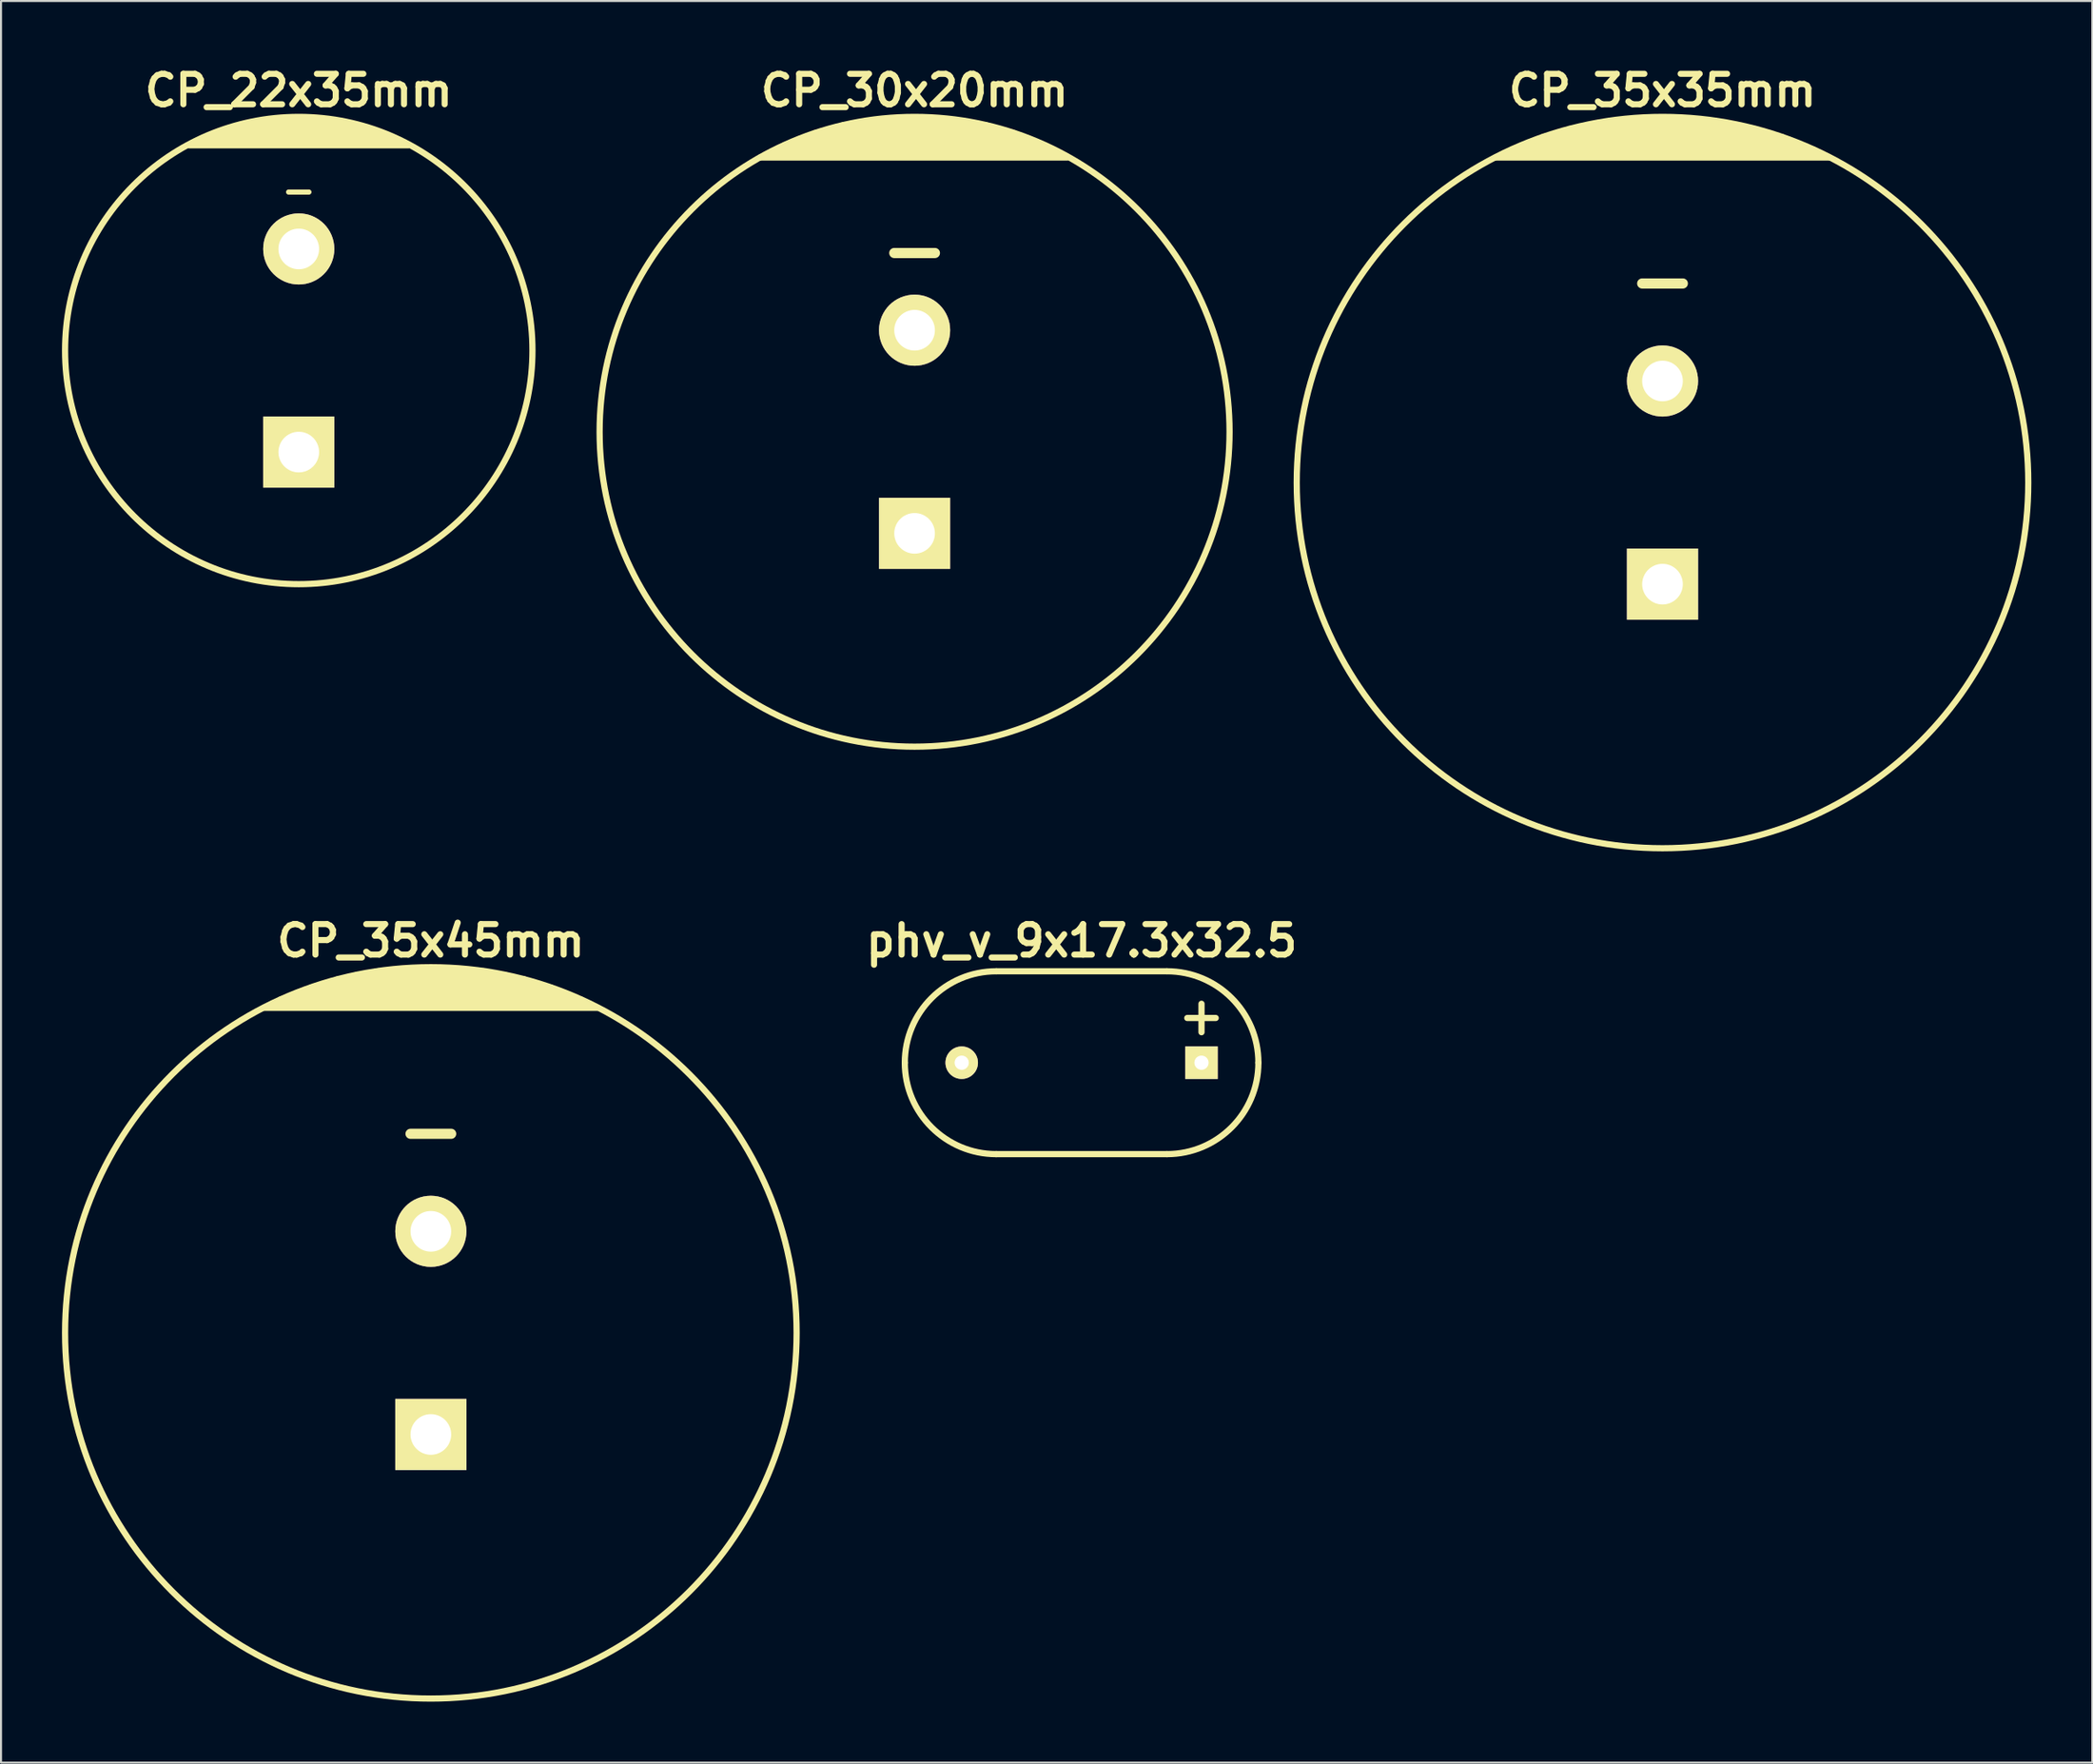
<source format=kicad_pcb>
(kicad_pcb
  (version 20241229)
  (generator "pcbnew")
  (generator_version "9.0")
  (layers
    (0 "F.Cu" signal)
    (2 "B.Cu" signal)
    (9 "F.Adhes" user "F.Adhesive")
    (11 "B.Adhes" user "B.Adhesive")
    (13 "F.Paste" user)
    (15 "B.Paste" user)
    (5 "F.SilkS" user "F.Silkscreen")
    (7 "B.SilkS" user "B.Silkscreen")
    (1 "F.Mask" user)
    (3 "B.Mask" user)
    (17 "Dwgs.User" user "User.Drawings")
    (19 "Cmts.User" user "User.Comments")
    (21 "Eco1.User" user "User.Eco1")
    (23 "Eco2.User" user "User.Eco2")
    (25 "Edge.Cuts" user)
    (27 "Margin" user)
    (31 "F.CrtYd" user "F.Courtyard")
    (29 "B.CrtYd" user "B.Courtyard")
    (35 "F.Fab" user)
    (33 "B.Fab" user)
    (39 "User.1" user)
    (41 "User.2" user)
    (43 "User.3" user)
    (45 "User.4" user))
  (footprint "CP_22x35mm"
    (layer "F.Cu")
    (at 11.652 14.204)
    (property "Reference" "CP_22x35mm" (at 0 -12.8 0) (layer "F.SilkS") (effects (font (size 1.5 1.5) (thickness 0.3))))
    (attr through_hole)
    (fp_line (start -5.4 -10.1) (end 5.4 -10.1) (stroke (width 0.305) (type solid)) (layer "F.SilkS"))
    (fp_line (start -4.5 -10.5) (end 4.5 -10.5) (stroke (width 0.305) (type solid)) (layer "F.SilkS"))
    (fp_line (start -3.5 -10.9) (end 3.5 -10.9) (stroke (width 0.305) (type solid)) (layer "F.SilkS"))
    (fp_line (start -2.9 -11.1) (end 2.9 -11.1) (stroke (width 0.305) (type solid)) (layer "F.SilkS"))
    (fp_line (start -2 -11.3) (end 2 -11.3) (stroke (width 0.305) (type solid)) (layer "F.SilkS"))
    (fp_line (start -0.5 -7.8) (end 0.5 -7.8) (stroke (width 0.254) (type solid)) (layer "F.SilkS"))
    (fp_line (start 4.1 -10.7) (end -4.1 -10.7) (stroke (width 0.305) (type solid)) (layer "F.SilkS"))
    (fp_line (start 5 -10.3) (end -5 -10.3) (stroke (width 0.305) (type solid)) (layer "F.SilkS"))
    (fp_circle (center 0 0) (end -11.5 0) (stroke (width 0.305) (type solid)) (fill no) (layer "F.SilkS"))
    (pad "1" thru_hole rect (at 0 5) (size 3.5 3.5) (drill 2) (layers "*.Cu" "*.Mask" "F.SilkS"))
    (pad "2" thru_hole circle (at 0 -5) (size 3.5 3.5) (drill 2) (layers "*.Cu" "*.Mask" "F.SilkS")))
  (footprint "CP_30x20mm"
    (layer "F.Cu")
    (at 41.957 18.204)
    (property "Reference" "CP_30x20mm" (at 0 -16.8 0) (layer "F.SilkS") (effects (font (size 1.5 1.5) (thickness 0.3))))
    (attr through_hole)
    (fp_line (start -7.6 -13.5) (end 7.5 -13.5) (stroke (width 0.305) (type solid)) (layer "F.SilkS"))
    (fp_line (start -6.8 -13.9) (end 6.8 -13.9) (stroke (width 0.305) (type solid)) (layer "F.SilkS"))
    (fp_line (start -6.4 -14.1) (end 6.4 -14.1) (stroke (width 0.305) (type solid)) (layer "F.SilkS"))
    (fp_line (start -5.4 -14.5) (end 5.4 -14.5) (stroke (width 0.305) (type solid)) (layer "F.SilkS"))
    (fp_line (start -4.9 -14.7) (end 4.9 -14.7) (stroke (width 0.305) (type solid)) (layer "F.SilkS"))
    (fp_line (start -4.2 -14.9) (end 4.2 -14.9) (stroke (width 0.305) (type solid)) (layer "F.SilkS"))
    (fp_line (start -3.5 -15.1) (end 3.5 -15.1) (stroke (width 0.305) (type solid)) (layer "F.SilkS"))
    (fp_line (start -2.4 -15.3) (end 2.4 -15.3) (stroke (width 0.305) (type solid)) (layer "F.SilkS"))
    (fp_line (start -1 -8.8) (end 1 -8.8) (stroke (width 0.5) (type solid)) (layer "F.SilkS"))
    (fp_line (start 5.9 -14.3) (end -5.9 -14.3) (stroke (width 0.305) (type solid)) (layer "F.SilkS"))
    (fp_line (start 7.2 -13.7) (end -7.2 -13.7) (stroke (width 0.305) (type solid)) (layer "F.SilkS"))
    (fp_circle (center 0 0) (end -15.5 0) (stroke (width 0.305) (type solid)) (fill no) (layer "F.SilkS"))
    (pad "1" thru_hole rect (at 0 5) (size 3.5 3.5) (drill 2) (layers "*.Cu" "*.Mask" "F.SilkS"))
    (pad "2" thru_hole circle (at 0 -5) (size 3.5 3.5) (drill 2) (layers "*.Cu" "*.Mask" "F.SilkS")))
  (footprint "CP_35x45mm"
    (layer "F.Cu")
    (at 18.152 62.56)
    (property "Reference" "CP_35x45mm" (at 0 -19.3 0) (layer "F.SilkS") (effects (font (size 1.5 1.5) (thickness 0.3))))
    (attr through_hole)
    (fp_line (start -8.2 -16) (end 8.2 -16) (stroke (width 0.305) (type solid)) (layer "F.SilkS"))
    (fp_line (start -7.8 -16.2) (end 7.8 -16.2) (stroke (width 0.305) (type solid)) (layer "F.SilkS"))
    (fp_line (start -7.4 -16.4) (end 7.4 -16.4) (stroke (width 0.305) (type solid)) (layer "F.SilkS"))
    (fp_line (start -6.9 -16.6) (end 6.9 -16.6) (stroke (width 0.305) (type solid)) (layer "F.SilkS"))
    (fp_line (start -6.4 -16.8) (end 6.4 -16.8) (stroke (width 0.305) (type solid)) (layer "F.SilkS"))
    (fp_line (start -5.9 -17) (end 5.9 -17) (stroke (width 0.305) (type solid)) (layer "F.SilkS"))
    (fp_line (start -5.2 -17.2) (end 5.2 -17.2) (stroke (width 0.305) (type solid)) (layer "F.SilkS"))
    (fp_line (start -4.6 -17.4) (end 4.6 -17.4) (stroke (width 0.305) (type solid)) (layer "F.SilkS"))
    (fp_line (start -3.7 -17.6) (end 3.7 -17.6) (stroke (width 0.305) (type solid)) (layer "F.SilkS"))
    (fp_line (start -2.6 -17.8) (end 2.6 -17.8) (stroke (width 0.305) (type solid)) (layer "F.SilkS"))
    (fp_line (start -1 -9.8) (end 1 -9.8) (stroke (width 0.5) (type solid)) (layer "F.SilkS"))
    (fp_circle (center 0 0) (end -18 0) (stroke (width 0.305) (type solid)) (fill no) (layer "F.SilkS"))
    (pad "1" thru_hole rect (at 0 5) (size 3.5 3.5) (drill 2) (layers "*.Cu" "*.Mask" "F.SilkS"))
    (pad "2" thru_hole circle (at 0 -5) (size 3.5 3.5) (drill 2) (layers "*.Cu" "*.Mask" "F.SilkS")))
  (footprint "CP_35x35mm"
    (layer "F.Cu")
    (at 78.762 20.704)
    (property "Reference" "CP_35x35mm" (at 0 -19.3 0) (layer "F.SilkS") (effects (font (size 1.5 1.5) (thickness 0.3))))
    (attr through_hole)
    (fp_line (start -8.2 -16) (end 8.2 -16) (stroke (width 0.305) (type solid)) (layer "F.SilkS"))
    (fp_line (start -7.8 -16.2) (end 7.8 -16.2) (stroke (width 0.305) (type solid)) (layer "F.SilkS"))
    (fp_line (start -7.4 -16.4) (end 7.4 -16.4) (stroke (width 0.305) (type solid)) (layer "F.SilkS"))
    (fp_line (start -6.9 -16.6) (end 6.9 -16.6) (stroke (width 0.305) (type solid)) (layer "F.SilkS"))
    (fp_line (start -6.4 -16.8) (end 6.4 -16.8) (stroke (width 0.305) (type solid)) (layer "F.SilkS"))
    (fp_line (start -5.9 -17) (end 5.9 -17) (stroke (width 0.305) (type solid)) (layer "F.SilkS"))
    (fp_line (start -5.2 -17.2) (end 5.2 -17.2) (stroke (width 0.305) (type solid)) (layer "F.SilkS"))
    (fp_line (start -4.6 -17.4) (end 4.6 -17.4) (stroke (width 0.305) (type solid)) (layer "F.SilkS"))
    (fp_line (start -3.7 -17.6) (end 3.7 -17.6) (stroke (width 0.305) (type solid)) (layer "F.SilkS"))
    (fp_line (start -2.6 -17.8) (end 2.6 -17.8) (stroke (width 0.305) (type solid)) (layer "F.SilkS"))
    (fp_line (start -1 -9.8) (end 1 -9.8) (stroke (width 0.5) (type solid)) (layer "F.SilkS"))
    (fp_circle (center 0 0) (end -18 0) (stroke (width 0.305) (type solid)) (fill no) (layer "F.SilkS"))
    (pad "1" thru_hole rect (at 0 5) (size 3.5 3.5) (drill 2) (layers "*.Cu" "*.Mask" "F.SilkS"))
    (pad "2" thru_hole circle (at 0 -5) (size 3.5 3.5) (drill 2) (layers "*.Cu" "*.Mask" "F.SilkS")))
  (footprint "phv_v_9x17.3x32.5"
    (layer "F.Cu")
    (at 50.176 49.26)
    (property "Reference" "phv_v_9x17.3x32.5" (at 0 -6 0) (layer "F.SilkS") (effects (font (size 1.5 1.5) (thickness 0.3))))
    (attr through_hole)
    (fp_line (start -4.2 4.5) (end 4.2 4.5) (stroke (width 0.305) (type solid)) (layer "F.SilkS"))
    (fp_line (start 4.2 -4.5) (end -4.2 -4.5) (stroke (width 0.305) (type solid)) (layer "F.SilkS"))
    (fp_line (start 5.2 -2.2) (end 6.6 -2.2) (stroke (width 0.305) (type solid)) (layer "F.SilkS"))
    (fp_line (start 5.9 -1.5) (end 5.9 -2.9) (stroke (width 0.305) (type solid)) (layer "F.SilkS"))
    (fp_arc (start -8.7 0) (mid -7.381981 -3.181981) (end -4.2 -4.5) (stroke (width 0.3048) (type solid)) (layer "F.SilkS"))
    (fp_arc (start -4.2 4.5) (mid -7.381981 3.181981) (end -8.7 0) (stroke (width 0.3048) (type solid)) (layer "F.SilkS"))
    (fp_arc (start 4.2 -4.5) (mid 7.381981 -3.181981) (end 8.7 0) (stroke (width 0.3048) (type solid)) (layer "F.SilkS"))
    (fp_arc (start 8.7 0) (mid 7.381981 3.181981) (end 4.2 4.5) (stroke (width 0.3048) (type solid)) (layer "F.SilkS"))
    (pad "1" thru_hole rect (at 5.9 0) (size 1.6 1.6) (drill 0.7) (layers "*.Cu" "*.Mask" "F.SilkS"))
    (pad "2" thru_hole circle (at -5.9 0) (size 1.6 1.6) (drill 0.7) (layers "*.Cu" "*.Mask" "F.SilkS")))
  (gr_rect
    (start -3 -3)
    (end 99.914 83.713)
    (stroke (width 0.1) (type default))
    (fill no)
    (layer "Edge.Cuts")))
</source>
